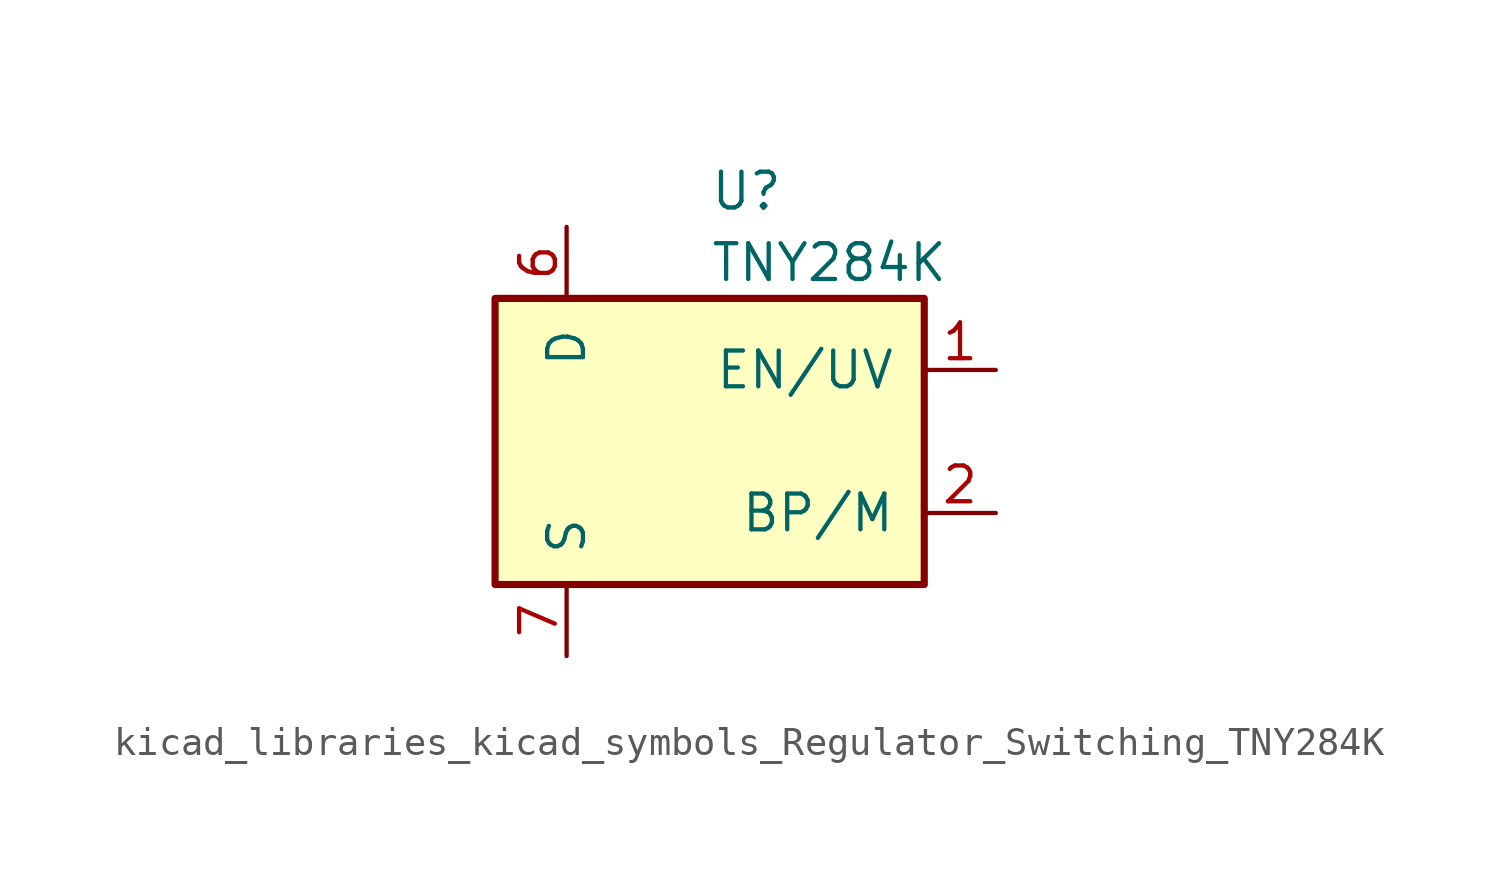
<source format=kicad_sym>
(kicad_symbol_lib
  (version 20220914)
  (generator kicad_symbol_editor)
  (symbol "kicad_libraries_kicad_symbols_Regulator_Switching_TNY284K"
    (pin_names
      (offset 1.016))
    (property "Reference" "U"
      (at 0 8.89 0)
      (effects (font (size 1.27 1.27)) (justify left)))
    (property "Value" "TNY284K"
      (at 0 6.35 0)
      (effects (font (size 1.27 1.27)) (justify left)))
    (symbol "kicad_libraries_kicad_symbols_Regulator_Switching_TNY284K_0_1"
      (rectangle (start -7.62 5.08) (end 7.62 -5.08) (stroke (width 0.254) (type default)) (fill (type background))))
    (symbol "kicad_libraries_kicad_symbols_Regulator_Switching_TNY284K_1_1"
      (pin input line (at 10.16 2.54 180) (length 2.54) (name "EN/UV" (effects (font (size 1.27 1.27)))) (number "1" (effects (font (size 1.27 1.27)))))
      (pin passive line (at -5.08 -7.62 90) (length 2.54) hide (name "S" (effects (font (size 1.27 1.27)))) (number "10" (effects (font (size 1.27 1.27)))))
      (pin passive line (at -5.08 -7.62 90) (length 2.54) hide (name "S" (effects (font (size 1.27 1.27)))) (number "11" (effects (font (size 1.27 1.27)))))
      (pin passive line (at -5.08 -7.62 90) (length 2.54) hide (name "S" (effects (font (size 1.27 1.27)))) (number "12" (effects (font (size 1.27 1.27)))))
      (pin passive line (at -5.08 -7.62 90) (length 2.54) hide (name "S" (effects (font (size 1.27 1.27)))) (number "13" (effects (font (size 1.27 1.27)))))
      (pin input line (at 10.16 -2.54 180) (length 2.54) (name "BP/M" (effects (font (size 1.27 1.27)))) (number "2" (effects (font (size 1.27 1.27)))))
      (pin no_connect line (at -2.54 5.08 270) (length 2.54) hide (name "NC" (effects (font (size 1.27 1.27)))) (number "3" (effects (font (size 1.27 1.27)))))
      (pin no_connect line (at 0 5.08 270) (length 2.54) hide (name "NC" (effects (font (size 1.27 1.27)))) (number "4" (effects (font (size 1.27 1.27)))))
      (pin open_collector line (at -5.08 7.62 270) (length 2.54) (name "D" (effects (font (size 1.27 1.27)))) (number "6" (effects (font (size 1.27 1.27)))))
      (pin power_in line (at -5.08 -7.62 90) (length 2.54) (name "S" (effects (font (size 1.27 1.27)))) (number "7" (effects (font (size 1.27 1.27)))))
      (pin passive line (at -5.08 -7.62 90) (length 2.54) hide (name "S" (effects (font (size 1.27 1.27)))) (number "8" (effects (font (size 1.27 1.27)))))
      (pin passive line (at -5.08 -7.62 90) (length 2.54) hide (name "S" (effects (font (size 1.27 1.27)))) (number "9" (effects (font (size 1.27 1.27))))))))
</source>
